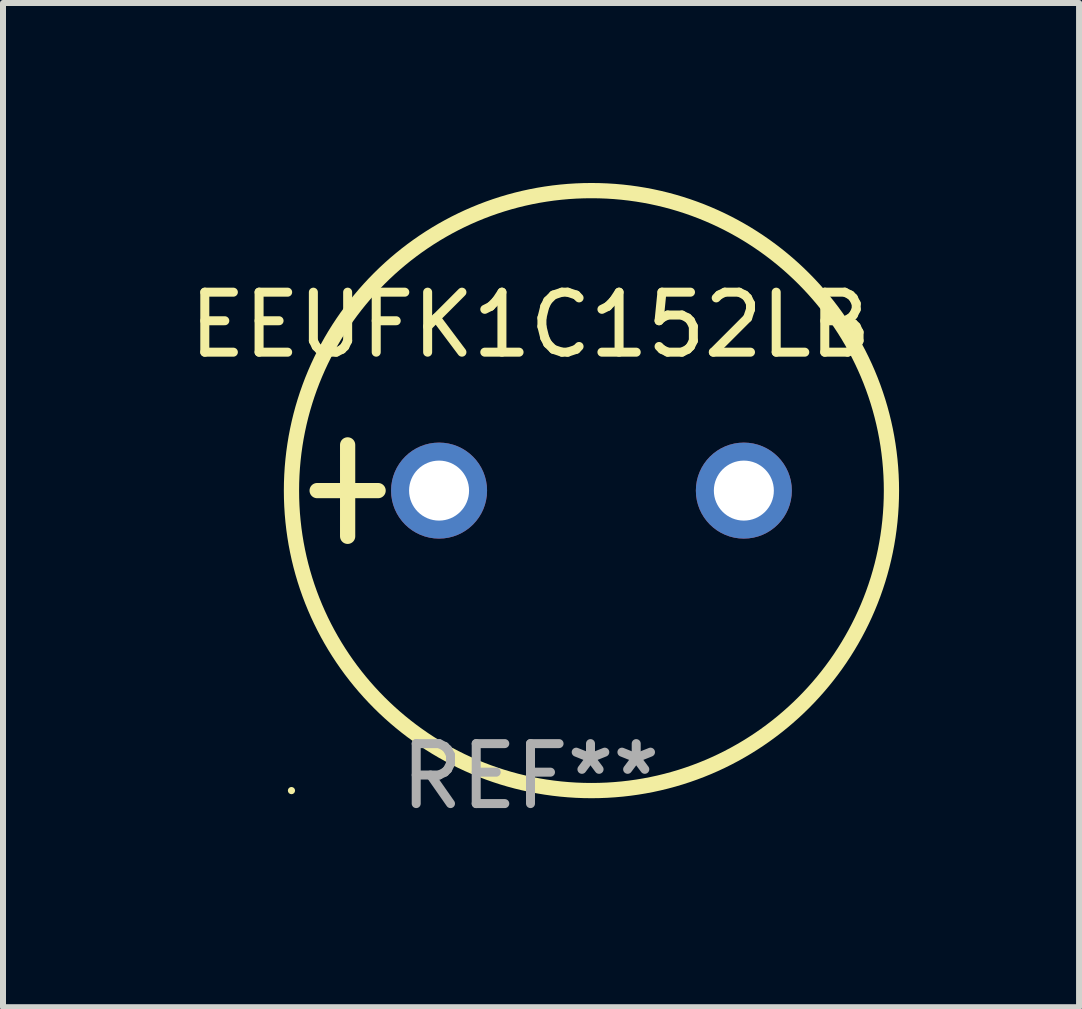
<source format=kicad_pcb>
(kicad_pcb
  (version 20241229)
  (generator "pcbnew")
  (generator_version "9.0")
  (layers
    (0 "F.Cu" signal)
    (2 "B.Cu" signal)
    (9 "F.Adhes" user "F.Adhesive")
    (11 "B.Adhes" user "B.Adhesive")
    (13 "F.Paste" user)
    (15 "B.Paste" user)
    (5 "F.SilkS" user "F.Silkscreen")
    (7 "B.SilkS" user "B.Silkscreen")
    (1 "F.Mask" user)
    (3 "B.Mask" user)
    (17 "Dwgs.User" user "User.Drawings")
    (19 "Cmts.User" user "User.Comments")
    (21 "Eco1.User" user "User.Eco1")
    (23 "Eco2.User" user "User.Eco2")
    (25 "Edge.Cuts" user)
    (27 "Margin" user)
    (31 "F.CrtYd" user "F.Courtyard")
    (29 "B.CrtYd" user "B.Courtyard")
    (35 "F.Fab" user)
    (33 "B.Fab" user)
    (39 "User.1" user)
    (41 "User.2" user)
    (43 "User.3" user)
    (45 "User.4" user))
  (footprint "EEUFK1C152LB"
    (layer "F.Cu")
    (at 5.792 5.127)
    (property "Reference" "EEUFK1C152LB" (at 0 -2.762 0) (layer "F.SilkS") (effects (font (size 1 1) (thickness 0.15))))
    (attr through_hole)
    (fp_line (start -3.556 0) (end -2.54 0) (stroke (width 0.254) (type solid)) (layer "F.SilkS"))
    (fp_line (start -3.048 -0.762) (end -3.048 0.762) (stroke (width 0.254) (type solid)) (layer "F.SilkS"))
    (fp_circle (center -3.984 5) (end -3.954 5) (stroke (width 0.06) (type solid)) (fill no) (layer "F.SilkS"))
    (fp_circle (center 1.016 0) (end 6.016 0) (stroke (width 0.254) (type solid)) (fill no) (layer "F.SilkS"))
    (fp_text user "REF**" (at 0 4.762 0) (layer "F.Fab") (effects (font (size 1 1) (thickness 0.15))))
    (pad "1" thru_hole circle (at -1.524 0) (size 1.6 1.6) (drill 1) (layers "*.Cu" "*.Mask"))
    (pad "2" thru_hole circle (at 3.556 0) (size 1.6 1.6) (drill 1) (layers "*.Cu" "*.Mask")))
  (gr_rect
    (start -3 -3)
    (end 14.935 13.737)
    (stroke (width 0.1) (type default))
    (fill no)
    (layer "Edge.Cuts")))
</source>
